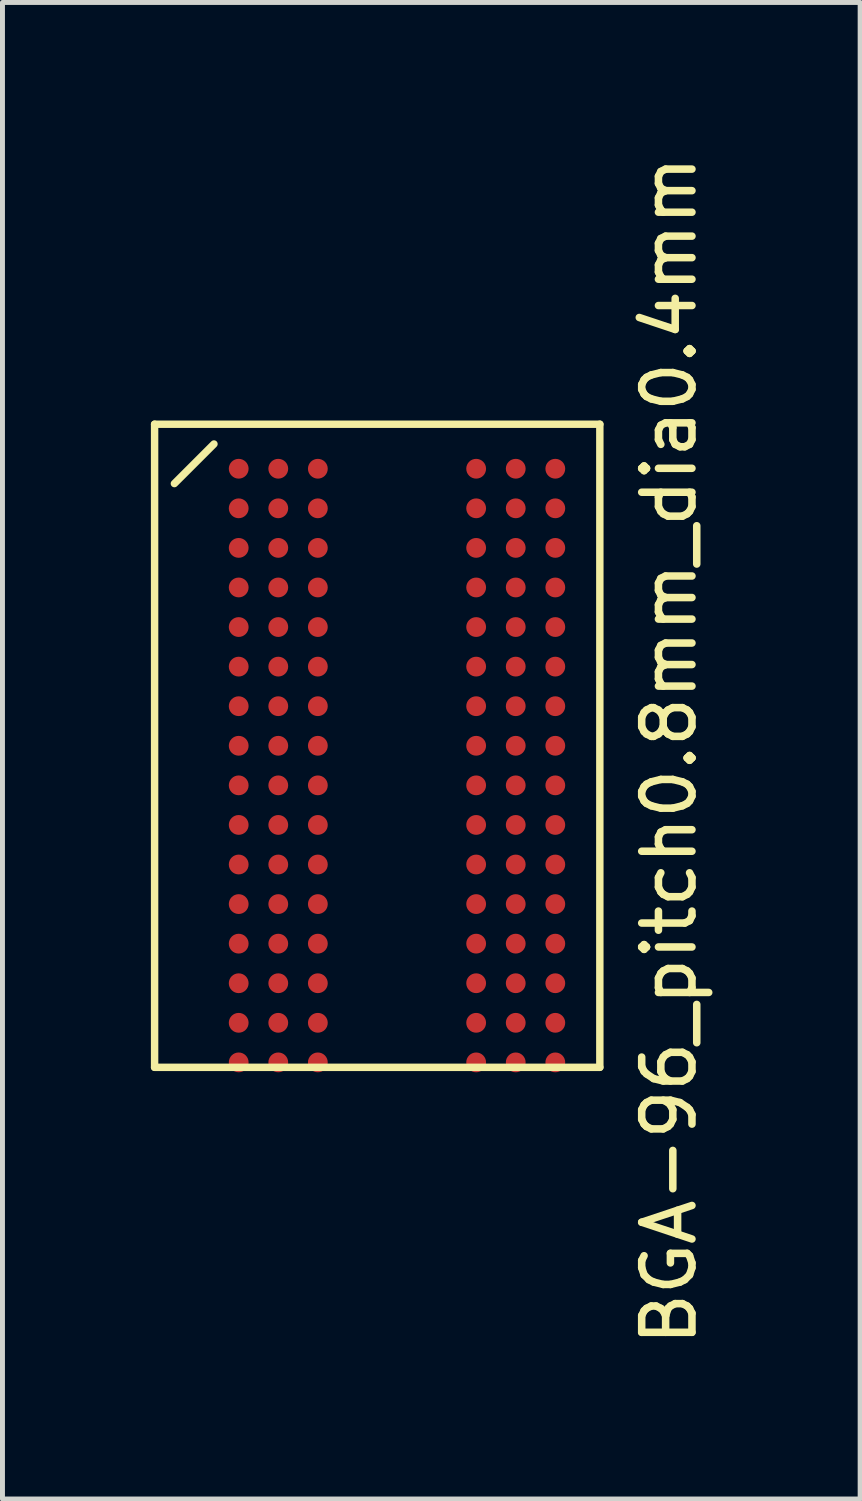
<source format=kicad_pcb>
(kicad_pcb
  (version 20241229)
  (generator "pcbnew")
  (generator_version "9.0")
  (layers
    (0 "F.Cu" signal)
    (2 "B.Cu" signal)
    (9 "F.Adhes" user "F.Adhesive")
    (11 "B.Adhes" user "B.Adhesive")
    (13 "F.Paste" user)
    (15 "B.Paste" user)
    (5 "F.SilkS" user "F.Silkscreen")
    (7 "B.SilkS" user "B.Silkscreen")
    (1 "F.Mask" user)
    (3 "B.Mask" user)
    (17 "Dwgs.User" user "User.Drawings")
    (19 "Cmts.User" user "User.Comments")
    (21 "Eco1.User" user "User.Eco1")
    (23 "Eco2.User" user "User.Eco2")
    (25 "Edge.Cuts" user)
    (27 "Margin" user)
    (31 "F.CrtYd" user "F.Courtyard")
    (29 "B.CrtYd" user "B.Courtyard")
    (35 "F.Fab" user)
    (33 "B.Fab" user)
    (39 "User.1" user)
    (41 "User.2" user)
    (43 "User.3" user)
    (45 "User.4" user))
  (footprint "BGA-96_pitch0.8mm_dia0.4mm"
    (layer "F.Cu")
    (at 4.575 12.025)
    (property "Reference" "BGA-96_pitch0.8mm_dia0.4mm" (at 5.9 0.1 90) (layer "F.SilkS") (effects (font (size 1.016 1.016) (thickness 0.152))))
    (attr smd)
    (fp_line (start -4.5 -6.5) (end 4.5 -6.5) (stroke (width 0.15) (type solid)) (layer "F.SilkS"))
    (fp_line (start -4.5 6.5) (end -4.5 -6.5) (stroke (width 0.15) (type solid)) (layer "F.SilkS"))
    (fp_line (start -4.1 -5.3) (end -3.3 -6.1) (stroke (width 0.15) (type solid)) (layer "F.SilkS"))
    (fp_line (start 4.5 -6.5) (end 4.5 6.5) (stroke (width 0.15) (type solid)) (layer "F.SilkS"))
    (fp_line (start 4.5 6.5) (end -4.5 6.5) (stroke (width 0.15) (type solid)) (layer "F.SilkS"))
    (pad "A1" smd circle (at -2.8 -5.6) (size 0.4 0.4) (layers "F.Cu" "F.Mask" "F.Paste"))
    (pad "A2" smd circle (at -2 -5.6) (size 0.4 0.4) (layers "F.Cu" "F.Mask" "F.Paste"))
    (pad "A3" smd circle (at -1.2 -5.6) (size 0.4 0.4) (layers "F.Cu" "F.Mask" "F.Paste"))
    (pad "A7" smd circle (at 2 -5.6) (size 0.4 0.4) (layers "F.Cu" "F.Mask" "F.Paste"))
    (pad "A8" smd circle (at 2.8 -5.6) (size 0.4 0.4) (layers "F.Cu" "F.Mask" "F.Paste"))
    (pad "A9" smd circle (at 3.6 -5.6) (size 0.4 0.4) (layers "F.Cu" "F.Mask" "F.Paste"))
    (pad "B1" smd circle (at -2.8 -4.8) (size 0.4 0.4) (layers "F.Cu" "F.Mask" "F.Paste"))
    (pad "B2" smd circle (at -2 -4.8) (size 0.4 0.4) (layers "F.Cu" "F.Mask" "F.Paste"))
    (pad "B3" smd circle (at -1.2 -4.8) (size 0.4 0.4) (layers "F.Cu" "F.Mask" "F.Paste"))
    (pad "B7" smd circle (at 2 -4.8) (size 0.4 0.4) (layers "F.Cu" "F.Mask" "F.Paste"))
    (pad "B8" smd circle (at 2.8 -4.8) (size 0.4 0.4) (layers "F.Cu" "F.Mask" "F.Paste"))
    (pad "B9" smd circle (at 3.6 -4.8) (size 0.4 0.4) (layers "F.Cu" "F.Mask" "F.Paste"))
    (pad "C1" smd circle (at -2.8 -4) (size 0.4 0.4) (layers "F.Cu" "F.Mask" "F.Paste"))
    (pad "C2" smd circle (at -2 -4) (size 0.4 0.4) (layers "F.Cu" "F.Mask" "F.Paste"))
    (pad "C3" smd circle (at -1.2 -4) (size 0.4 0.4) (layers "F.Cu" "F.Mask" "F.Paste"))
    (pad "C7" smd circle (at 2 -4) (size 0.4 0.4) (layers "F.Cu" "F.Mask" "F.Paste"))
    (pad "C8" smd circle (at 2.8 -4) (size 0.4 0.4) (layers "F.Cu" "F.Mask" "F.Paste"))
    (pad "C9" smd circle (at 3.6 -4) (size 0.4 0.4) (layers "F.Cu" "F.Mask" "F.Paste"))
    (pad "D1" smd circle (at -2.8 -3.2) (size 0.4 0.4) (layers "F.Cu" "F.Mask" "F.Paste"))
    (pad "D2" smd circle (at -2 -3.2) (size 0.4 0.4) (layers "F.Cu" "F.Mask" "F.Paste"))
    (pad "D3" smd circle (at -1.2 -3.2) (size 0.4 0.4) (layers "F.Cu" "F.Mask" "F.Paste"))
    (pad "D7" smd circle (at 2 -3.2) (size 0.4 0.4) (layers "F.Cu" "F.Mask" "F.Paste"))
    (pad "D8" smd circle (at 2.8 -3.2) (size 0.4 0.4) (layers "F.Cu" "F.Mask" "F.Paste"))
    (pad "D9" smd circle (at 3.6 -3.2) (size 0.4 0.4) (layers "F.Cu" "F.Mask" "F.Paste"))
    (pad "E1" smd circle (at -2.8 -2.4) (size 0.4 0.4) (layers "F.Cu" "F.Mask" "F.Paste"))
    (pad "E2" smd circle (at -2 -2.4) (size 0.4 0.4) (layers "F.Cu" "F.Mask" "F.Paste"))
    (pad "E3" smd circle (at -1.2 -2.4) (size 0.4 0.4) (layers "F.Cu" "F.Mask" "F.Paste"))
    (pad "E7" smd circle (at 2 -2.4) (size 0.4 0.4) (layers "F.Cu" "F.Mask" "F.Paste"))
    (pad "E8" smd circle (at 2.8 -2.4) (size 0.4 0.4) (layers "F.Cu" "F.Mask" "F.Paste"))
    (pad "E9" smd circle (at 3.6 -2.4) (size 0.4 0.4) (layers "F.Cu" "F.Mask" "F.Paste"))
    (pad "F1" smd circle (at -2.8 -1.6) (size 0.4 0.4) (layers "F.Cu" "F.Mask" "F.Paste"))
    (pad "F2" smd circle (at -2 -1.6) (size 0.4 0.4) (layers "F.Cu" "F.Mask" "F.Paste"))
    (pad "F3" smd circle (at -1.2 -1.6) (size 0.4 0.4) (layers "F.Cu" "F.Mask" "F.Paste"))
    (pad "F7" smd circle (at 2 -1.6) (size 0.4 0.4) (layers "F.Cu" "F.Mask" "F.Paste"))
    (pad "F8" smd circle (at 2.8 -1.6) (size 0.4 0.4) (layers "F.Cu" "F.Mask" "F.Paste"))
    (pad "F9" smd circle (at 3.6 -1.6) (size 0.4 0.4) (layers "F.Cu" "F.Mask" "F.Paste"))
    (pad "G1" smd circle (at -2.8 -0.8) (size 0.4 0.4) (layers "F.Cu" "F.Mask" "F.Paste"))
    (pad "G2" smd circle (at -2 -0.8) (size 0.4 0.4) (layers "F.Cu" "F.Mask" "F.Paste"))
    (pad "G3" smd circle (at -1.2 -0.8) (size 0.4 0.4) (layers "F.Cu" "F.Mask" "F.Paste"))
    (pad "G7" smd circle (at 2 -0.8) (size 0.4 0.4) (layers "F.Cu" "F.Mask" "F.Paste"))
    (pad "G8" smd circle (at 2.8 -0.8) (size 0.4 0.4) (layers "F.Cu" "F.Mask" "F.Paste"))
    (pad "G9" smd circle (at 3.6 -0.8) (size 0.4 0.4) (layers "F.Cu" "F.Mask" "F.Paste"))
    (pad "H1" smd circle (at -2.8 0) (size 0.4 0.4) (layers "F.Cu" "F.Mask" "F.Paste"))
    (pad "H2" smd circle (at -2 0) (size 0.4 0.4) (layers "F.Cu" "F.Mask" "F.Paste"))
    (pad "H3" smd circle (at -1.2 0) (size 0.4 0.4) (layers "F.Cu" "F.Mask" "F.Paste"))
    (pad "H7" smd circle (at 2 0) (size 0.4 0.4) (layers "F.Cu" "F.Mask" "F.Paste"))
    (pad "H8" smd circle (at 2.8 0) (size 0.4 0.4) (layers "F.Cu" "F.Mask" "F.Paste"))
    (pad "H9" smd circle (at 3.6 0) (size 0.4 0.4) (layers "F.Cu" "F.Mask" "F.Paste"))
    (pad "J1" smd circle (at -2.8 0.8) (size 0.4 0.4) (layers "F.Cu" "F.Mask" "F.Paste"))
    (pad "J2" smd circle (at -2 0.8) (size 0.4 0.4) (layers "F.Cu" "F.Mask" "F.Paste"))
    (pad "J3" smd circle (at -1.2 0.8) (size 0.4 0.4) (layers "F.Cu" "F.Mask" "F.Paste"))
    (pad "J7" smd circle (at 2 0.8) (size 0.4 0.4) (layers "F.Cu" "F.Mask" "F.Paste"))
    (pad "J8" smd circle (at 2.8 0.8) (size 0.4 0.4) (layers "F.Cu" "F.Mask" "F.Paste"))
    (pad "J9" smd circle (at 3.6 0.8) (size 0.4 0.4) (layers "F.Cu" "F.Mask" "F.Paste"))
    (pad "K1" smd circle (at -2.8 1.6) (size 0.4 0.4) (layers "F.Cu" "F.Mask" "F.Paste"))
    (pad "K2" smd circle (at -2 1.6) (size 0.4 0.4) (layers "F.Cu" "F.Mask" "F.Paste"))
    (pad "K3" smd circle (at -1.2 1.6) (size 0.4 0.4) (layers "F.Cu" "F.Mask" "F.Paste"))
    (pad "K7" smd circle (at 2 1.6) (size 0.4 0.4) (layers "F.Cu" "F.Mask" "F.Paste"))
    (pad "K8" smd circle (at 2.8 1.6) (size 0.4 0.4) (layers "F.Cu" "F.Mask" "F.Paste"))
    (pad "K9" smd circle (at 3.6 1.6) (size 0.4 0.4) (layers "F.Cu" "F.Mask" "F.Paste"))
    (pad "L1" smd circle (at -2.8 2.4) (size 0.4 0.4) (layers "F.Cu" "F.Mask" "F.Paste"))
    (pad "L2" smd circle (at -2 2.4) (size 0.4 0.4) (layers "F.Cu" "F.Mask" "F.Paste"))
    (pad "L3" smd circle (at -1.2 2.4) (size 0.4 0.4) (layers "F.Cu" "F.Mask" "F.Paste"))
    (pad "L7" smd circle (at 2 2.4) (size 0.4 0.4) (layers "F.Cu" "F.Mask" "F.Paste"))
    (pad "L8" smd circle (at 2.8 2.4) (size 0.4 0.4) (layers "F.Cu" "F.Mask" "F.Paste"))
    (pad "L9" smd circle (at 3.6 2.4) (size 0.4 0.4) (layers "F.Cu" "F.Mask" "F.Paste"))
    (pad "M1" smd circle (at -2.8 3.2) (size 0.4 0.4) (layers "F.Cu" "F.Mask" "F.Paste"))
    (pad "M2" smd circle (at -2 3.2) (size 0.4 0.4) (layers "F.Cu" "F.Mask" "F.Paste"))
    (pad "M3" smd circle (at -1.2 3.2) (size 0.4 0.4) (layers "F.Cu" "F.Mask" "F.Paste"))
    (pad "M7" smd circle (at 2 3.2) (size 0.4 0.4) (layers "F.Cu" "F.Mask" "F.Paste"))
    (pad "M8" smd circle (at 2.8 3.2) (size 0.4 0.4) (layers "F.Cu" "F.Mask" "F.Paste"))
    (pad "M9" smd circle (at 3.6 3.2) (size 0.4 0.4) (layers "F.Cu" "F.Mask" "F.Paste"))
    (pad "N1" smd circle (at -2.8 4) (size 0.4 0.4) (layers "F.Cu" "F.Mask" "F.Paste"))
    (pad "N2" smd circle (at -2 4) (size 0.4 0.4) (layers "F.Cu" "F.Mask" "F.Paste"))
    (pad "N3" smd circle (at -1.2 4) (size 0.4 0.4) (layers "F.Cu" "F.Mask" "F.Paste"))
    (pad "N7" smd circle (at 2 4) (size 0.4 0.4) (layers "F.Cu" "F.Mask" "F.Paste"))
    (pad "N8" smd circle (at 2.8 4) (size 0.4 0.4) (layers "F.Cu" "F.Mask" "F.Paste"))
    (pad "N9" smd circle (at 3.6 4) (size 0.4 0.4) (layers "F.Cu" "F.Mask" "F.Paste"))
    (pad "P1" smd circle (at -2.8 4.8) (size 0.4 0.4) (layers "F.Cu" "F.Mask" "F.Paste"))
    (pad "P2" smd circle (at -2 4.8) (size 0.4 0.4) (layers "F.Cu" "F.Mask" "F.Paste"))
    (pad "P3" smd circle (at -1.2 4.8) (size 0.4 0.4) (layers "F.Cu" "F.Mask" "F.Paste"))
    (pad "P7" smd circle (at 2 4.8) (size 0.4 0.4) (layers "F.Cu" "F.Mask" "F.Paste"))
    (pad "P8" smd circle (at 2.8 4.8) (size 0.4 0.4) (layers "F.Cu" "F.Mask" "F.Paste"))
    (pad "P9" smd circle (at 3.6 4.8) (size 0.4 0.4) (layers "F.Cu" "F.Mask" "F.Paste"))
    (pad "R1" smd circle (at -2.8 5.6) (size 0.4 0.4) (layers "F.Cu" "F.Mask" "F.Paste"))
    (pad "R2" smd circle (at -2 5.6) (size 0.4 0.4) (layers "F.Cu" "F.Mask" "F.Paste"))
    (pad "R3" smd circle (at -1.2 5.6) (size 0.4 0.4) (layers "F.Cu" "F.Mask" "F.Paste"))
    (pad "R7" smd circle (at 2 5.6) (size 0.4 0.4) (layers "F.Cu" "F.Mask" "F.Paste"))
    (pad "R8" smd circle (at 2.8 5.6) (size 0.4 0.4) (layers "F.Cu" "F.Mask" "F.Paste"))
    (pad "R9" smd circle (at 3.6 5.6) (size 0.4 0.4) (layers "F.Cu" "F.Mask" "F.Paste"))
    (pad "T1" smd circle (at -2.8 6.4) (size 0.4 0.4) (layers "F.Cu" "F.Mask" "F.Paste"))
    (pad "T2" smd circle (at -2 6.4) (size 0.4 0.4) (layers "F.Cu" "F.Mask" "F.Paste"))
    (pad "T3" smd circle (at -1.2 6.4) (size 0.4 0.4) (layers "F.Cu" "F.Mask" "F.Paste"))
    (pad "T7" smd circle (at 2 6.4) (size 0.4 0.4) (layers "F.Cu" "F.Mask" "F.Paste"))
    (pad "T8" smd circle (at 2.8 6.4) (size 0.4 0.4) (layers "F.Cu" "F.Mask" "F.Paste"))
    (pad "T9" smd circle (at 3.6 6.4) (size 0.4 0.4) (layers "F.Cu" "F.Mask" "F.Paste")))
  (gr_rect
    (start -3 -3)
    (end 14.337 27.251)
    (stroke (width 0.1) (type default))
    (fill no)
    (layer "Edge.Cuts")))
</source>
